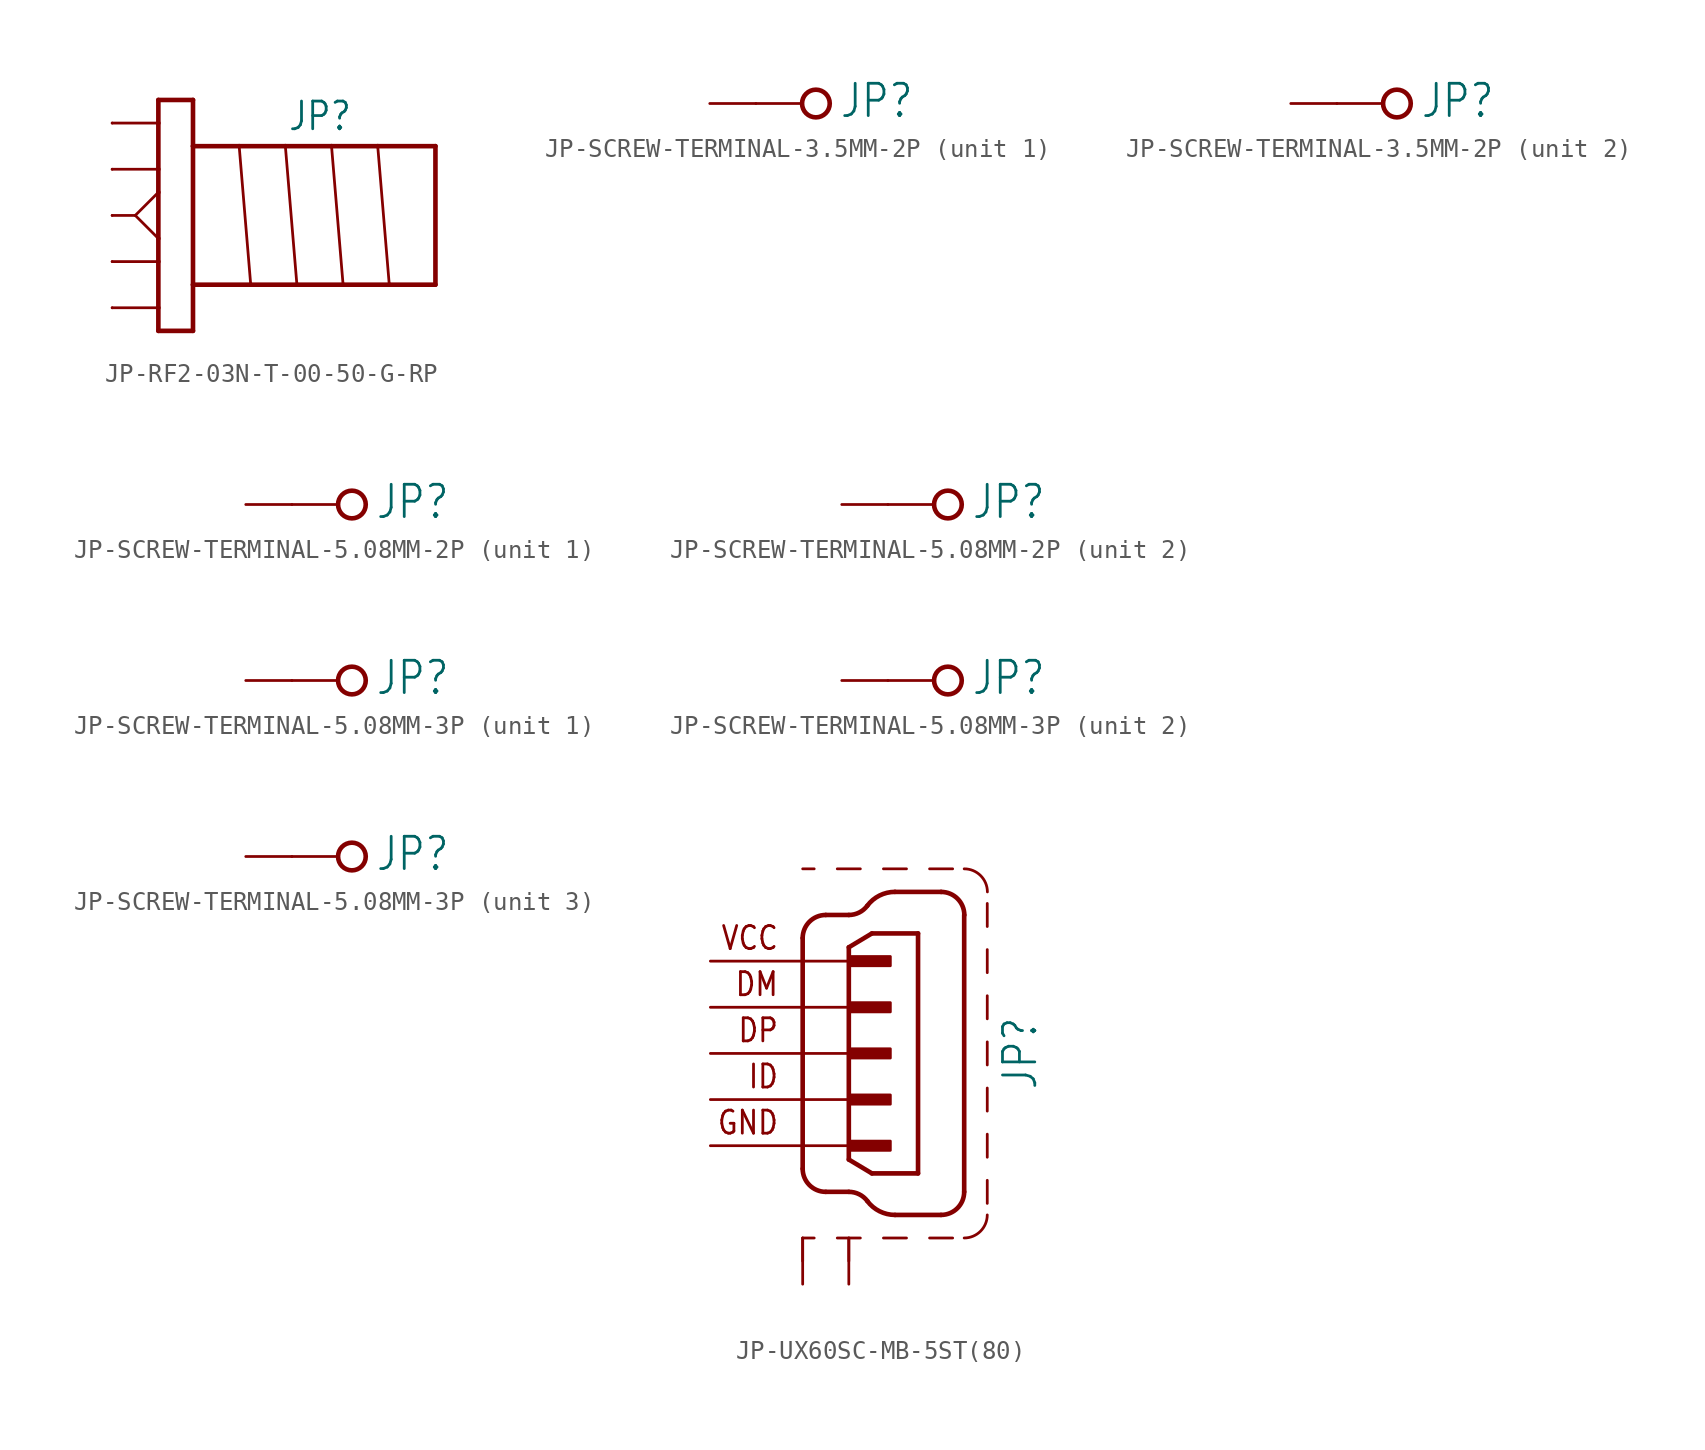
<source format=kicad_sym>
(kicad_symbol_lib
  (version 20231120)
  (generator "kicad_symbol_editor")
  (generator_version "8.0")
  (symbol "JP-RF2-03N-T-00-50-G-RP"
    (property "Reference" "JP"
      (at 8.89 4.572 0)
      (effects (font (size 1.524 1.295)) (justify bottom)))
    (property "Value" ""
      (at 8.89 -4.572 0)
      (effects (font (size 1.524 1.295)) (justify top)))
    (property "ki_locked" ""
      (at 0 0 0)
      (effects (font (size 1.27 1.27))))
    (symbol "JP-RF2-03N-T-00-50-G-RP_1_0"
      (polyline (pts (xy -1.27 0) (xy -2.54 0)) (stroke (width 0.152) (type solid)) (fill (type none)))
      (polyline (pts (xy -1.27 0) (xy 0 -1.27)) (stroke (width 0.152) (type solid)) (fill (type none)))
      (polyline (pts (xy -1.27 0) (xy 0 1.27)) (stroke (width 0.152) (type solid)) (fill (type none)))
      (polyline (pts (xy 0 -6.35) (xy 1.905 -6.35)) (stroke (width 0.254) (type solid)) (fill (type none)))
      (polyline (pts (xy 0 -5.08) (xy -2.54 -5.08)) (stroke (width 0.152) (type solid)) (fill (type none)))
      (polyline (pts (xy 0 -5.08) (xy 0 -6.35)) (stroke (width 0.254) (type solid)) (fill (type none)))
      (polyline (pts (xy 0 -2.54) (xy -2.54 -2.54)) (stroke (width 0.152) (type solid)) (fill (type none)))
      (polyline (pts (xy 0 -2.54) (xy 0 -5.08)) (stroke (width 0.254) (type solid)) (fill (type none)))
      (polyline (pts (xy 0 -1.27) (xy 0 -2.54)) (stroke (width 0.254) (type solid)) (fill (type none)))
      (polyline (pts (xy 0 1.27) (xy 0 -1.27)) (stroke (width 0.254) (type solid)) (fill (type none)))
      (polyline (pts (xy 0 2.54) (xy -2.54 2.54)) (stroke (width 0.152) (type solid)) (fill (type none)))
      (polyline (pts (xy 0 2.54) (xy 0 1.27)) (stroke (width 0.254) (type solid)) (fill (type none)))
      (polyline (pts (xy 0 5.08) (xy -2.54 5.08)) (stroke (width 0.152) (type solid)) (fill (type none)))
      (polyline (pts (xy 0 5.08) (xy 0 2.54)) (stroke (width 0.254) (type solid)) (fill (type none)))
      (polyline (pts (xy 0 6.35) (xy 0 5.08)) (stroke (width 0.254) (type solid)) (fill (type none)))
      (polyline (pts (xy 1.905 -6.35) (xy 1.905 -3.81)) (stroke (width 0.254) (type solid)) (fill (type none)))
      (polyline (pts (xy 1.905 -3.81) (xy 1.905 3.81)) (stroke (width 0.254) (type solid)) (fill (type none)))
      (polyline (pts (xy 1.905 3.81) (xy 1.905 6.35)) (stroke (width 0.254) (type solid)) (fill (type none)))
      (polyline (pts (xy 1.905 3.81) (xy 4.445 3.81)) (stroke (width 0.254) (type solid)) (fill (type none)))
      (polyline (pts (xy 1.905 6.35) (xy 0 6.35)) (stroke (width 0.254) (type solid)) (fill (type none)))
      (polyline (pts (xy 4.445 3.81) (xy 5.08 -3.81)) (stroke (width 0.152) (type solid)) (fill (type none)))
      (polyline (pts (xy 4.445 3.81) (xy 6.985 3.81)) (stroke (width 0.254) (type solid)) (fill (type none)))
      (polyline (pts (xy 5.08 -3.81) (xy 1.905 -3.81)) (stroke (width 0.254) (type solid)) (fill (type none)))
      (polyline (pts (xy 6.985 3.81) (xy 7.62 -3.81)) (stroke (width 0.152) (type solid)) (fill (type none)))
      (polyline (pts (xy 6.985 3.81) (xy 9.525 3.81)) (stroke (width 0.254) (type solid)) (fill (type none)))
      (polyline (pts (xy 7.62 -3.81) (xy 5.08 -3.81)) (stroke (width 0.254) (type solid)) (fill (type none)))
      (polyline (pts (xy 9.525 3.81) (xy 10.16 -3.81)) (stroke (width 0.152) (type solid)) (fill (type none)))
      (polyline (pts (xy 9.525 3.81) (xy 12.065 3.81)) (stroke (width 0.254) (type solid)) (fill (type none)))
      (polyline (pts (xy 10.16 -3.81) (xy 7.62 -3.81)) (stroke (width 0.254) (type solid)) (fill (type none)))
      (polyline (pts (xy 12.065 3.81) (xy 12.7 -3.81)) (stroke (width 0.152) (type solid)) (fill (type none)))
      (polyline (pts (xy 12.065 3.81) (xy 15.24 3.81)) (stroke (width 0.254) (type solid)) (fill (type none)))
      (polyline (pts (xy 12.7 -3.81) (xy 10.16 -3.81)) (stroke (width 0.254) (type solid)) (fill (type none)))
      (polyline (pts (xy 15.24 -3.81) (xy 12.7 -3.81)) (stroke (width 0.254) (type solid)) (fill (type none)))
      (polyline (pts (xy 15.24 3.81) (xy 15.24 -3.81)) (stroke (width 0.254) (type solid)) (fill (type none)))
      (pin passive line (at -2.54 0 0) (length 0) (name "0" (effects (font (size 0 0)))) (number "0" (effects (font (size 0 0)))))
      (pin passive line (at -2.54 5.08 0) (length 0) (name "1" (effects (font (size 0 0)))) (number "1" (effects (font (size 0 0)))))
      (pin passive line (at -2.54 -2.54 0) (length 0) (name "2" (effects (font (size 0 0)))) (number "2" (effects (font (size 0 0)))))
      (pin passive line (at -2.54 -5.08 0) (length 0) (name "3" (effects (font (size 0 0)))) (number "3" (effects (font (size 0 0)))))
      (pin passive line (at -2.54 2.54 0) (length 0) (name "4" (effects (font (size 0 0)))) (number "4" (effects (font (size 0 0)))))))
  (symbol "JP-SCREW-TERMINAL-3.5MM-2P"
    (property "Reference" "JP"
      (at 2.032 -0.889 0)
      (effects (font (size 1.778 1.511)) (justify left bottom)))
    (property "ki_locked" ""
      (at 0 0 0)
      (effects (font (size 1.27 1.27))))
    (symbol "JP-SCREW-TERMINAL-3.5MM-2P_1_0"
      (polyline (pts (xy -2.54 0) (xy 0 0)) (stroke (width 0.152) (type solid)) (fill (type none)))
      (circle (center 0.762 0) (radius 0.762) (stroke (width 0.254) (type solid)) (fill (type none)))
      (pin passive line (at -5.08 0 0) (length 2.54) (name "1" (effects (font (size 0 0)))) (number "1" (effects (font (size 0 0))))))
    (symbol "JP-SCREW-TERMINAL-3.5MM-2P_2_0"
      (polyline (pts (xy -2.54 0) (xy 0 0)) (stroke (width 0.152) (type solid)) (fill (type none)))
      (circle (center 0.762 0) (radius 0.762) (stroke (width 0.254) (type solid)) (fill (type none)))
      (pin passive line (at -5.08 0 0) (length 2.54) (name "1" (effects (font (size 0 0)))) (number "2" (effects (font (size 0 0)))))))
  (symbol "JP-SCREW-TERMINAL-5.08MM-2P"
    (property "Reference" "JP"
      (at 2.032 -0.889 0)
      (effects (font (size 1.778 1.511)) (justify left bottom)))
    (property "ki_locked" ""
      (at 0 0 0)
      (effects (font (size 1.27 1.27))))
    (symbol "JP-SCREW-TERMINAL-5.08MM-2P_1_0"
      (polyline (pts (xy -2.54 0) (xy 0 0)) (stroke (width 0.152) (type solid)) (fill (type none)))
      (circle (center 0.762 0) (radius 0.762) (stroke (width 0.254) (type solid)) (fill (type none)))
      (pin passive line (at -5.08 0 0) (length 2.54) (name "1" (effects (font (size 0 0)))) (number "1" (effects (font (size 0 0))))))
    (symbol "JP-SCREW-TERMINAL-5.08MM-2P_2_0"
      (polyline (pts (xy -2.54 0) (xy 0 0)) (stroke (width 0.152) (type solid)) (fill (type none)))
      (circle (center 0.762 0) (radius 0.762) (stroke (width 0.254) (type solid)) (fill (type none)))
      (pin passive line (at -5.08 0 0) (length 2.54) (name "1" (effects (font (size 0 0)))) (number "2" (effects (font (size 0 0)))))))
  (symbol "JP-SCREW-TERMINAL-5.08MM-3P"
    (property "Reference" "JP"
      (at 2.032 -0.889 0)
      (effects (font (size 1.778 1.511)) (justify left bottom)))
    (property "ki_locked" ""
      (at 0 0 0)
      (effects (font (size 1.27 1.27))))
    (symbol "JP-SCREW-TERMINAL-5.08MM-3P_1_0"
      (polyline (pts (xy -2.54 0) (xy 0 0)) (stroke (width 0.152) (type solid)) (fill (type none)))
      (circle (center 0.762 0) (radius 0.762) (stroke (width 0.254) (type solid)) (fill (type none)))
      (pin passive line (at -5.08 0 0) (length 2.54) (name "1" (effects (font (size 0 0)))) (number "1" (effects (font (size 0 0))))))
    (symbol "JP-SCREW-TERMINAL-5.08MM-3P_2_0"
      (polyline (pts (xy -2.54 0) (xy 0 0)) (stroke (width 0.152) (type solid)) (fill (type none)))
      (circle (center 0.762 0) (radius 0.762) (stroke (width 0.254) (type solid)) (fill (type none)))
      (pin passive line (at -5.08 0 0) (length 2.54) (name "1" (effects (font (size 0 0)))) (number "2" (effects (font (size 0 0))))))
    (symbol "JP-SCREW-TERMINAL-5.08MM-3P_3_0"
      (polyline (pts (xy -2.54 0) (xy 0 0)) (stroke (width 0.152) (type solid)) (fill (type none)))
      (circle (center 0.762 0) (radius 0.762) (stroke (width 0.254) (type solid)) (fill (type none)))
      (pin passive line (at -5.08 0 0) (length 2.54) (name "1" (effects (font (size 0 0)))) (number "3" (effects (font (size 0 0)))))))
  (symbol "JP-UX60SC-MB-5ST(80)"
    (property "Reference" "JP"
      (at 8.382 0 90)
      (effects (font (size 1.778 1.511)) (justify top)))
    (property "Value" ""
      (at 10.922 0 90)
      (effects (font (size 1.778 1.511)) (justify top)))
    (property "ki_locked" ""
      (at 0 0 0)
      (effects (font (size 1.27 1.27))))
    (symbol "JP-UX60SC-MB-5ST(80)_1_0"
      (arc (start -2.54 -6.35) (mid -2.168 -7.248) (end -1.27 -7.62) (stroke (width 0.254) (type solid)) (fill (type none)))
      (arc (start -1.27 7.62) (mid -2.168 7.248) (end -2.54 6.35) (stroke (width 0.254) (type solid)) (fill (type none)))
      (rectangle (start 0 -5.334) (end 2.286 -4.826) (stroke (width 0) (type default)) (fill (type outline)))
      (rectangle (start 0 -2.794) (end 2.286 -2.286) (stroke (width 0) (type default)) (fill (type outline)))
      (rectangle (start 0 -0.254) (end 2.286 0.254) (stroke (width 0) (type default)) (fill (type outline)))
      (polyline (pts (xy -2.54 -11.43) (xy -2.54 -10.16)) (stroke (width 0.152) (type solid)) (fill (type none)))
      (polyline (pts (xy -2.54 -10.16) (xy -1.905 -10.16)) (stroke (width 0.152) (type solid)) (fill (type none)))
      (polyline (pts (xy -2.54 6.35) (xy -2.54 -6.35)) (stroke (width 0.254) (type solid)) (fill (type none)))
      (polyline (pts (xy -2.54 10.16) (xy -1.905 10.16)) (stroke (width 0.152) (type solid)) (fill (type none)))
      (polyline (pts (xy -1.27 -7.62) (xy 0 -7.62)) (stroke (width 0.254) (type solid)) (fill (type none)))
      (polyline (pts (xy -1.27 7.62) (xy 0 7.62)) (stroke (width 0.254) (type solid)) (fill (type none)))
      (polyline (pts (xy -0.635 -10.16) (xy 0.635 -10.16)) (stroke (width 0.152) (type solid)) (fill (type none)))
      (polyline (pts (xy -0.635 10.16) (xy 0.635 10.16)) (stroke (width 0.152) (type solid)) (fill (type none)))
      (polyline (pts (xy 0 -11.43) (xy 0 -10.16)) (stroke (width 0.152) (type solid)) (fill (type none)))
      (polyline (pts (xy 0 5.842) (xy 0 -5.842)) (stroke (width 0.254) (type solid)) (fill (type none)))
      (polyline (pts (xy 1.27 -6.604) (xy 0 -5.842)) (stroke (width 0.254) (type solid)) (fill (type none)))
      (polyline (pts (xy 1.27 -6.604) (xy 3.81 -6.604)) (stroke (width 0.254) (type solid)) (fill (type none)))
      (polyline (pts (xy 1.27 6.604) (xy 0 5.842)) (stroke (width 0.254) (type solid)) (fill (type none)))
      (polyline (pts (xy 1.905 -10.16) (xy 3.175 -10.16)) (stroke (width 0.152) (type solid)) (fill (type none)))
      (polyline (pts (xy 1.905 10.16) (xy 3.175 10.16)) (stroke (width 0.152) (type solid)) (fill (type none)))
      (polyline (pts (xy 2.54 -8.89) (xy 5.08 -8.89)) (stroke (width 0.254) (type solid)) (fill (type none)))
      (polyline (pts (xy 2.54 8.89) (xy 5.08 8.89)) (stroke (width 0.254) (type solid)) (fill (type none)))
      (polyline (pts (xy 3.81 -6.604) (xy 3.81 6.604)) (stroke (width 0.254) (type solid)) (fill (type none)))
      (polyline (pts (xy 3.81 6.604) (xy 1.27 6.604)) (stroke (width 0.254) (type solid)) (fill (type none)))
      (polyline (pts (xy 4.445 -10.16) (xy 5.715 -10.16)) (stroke (width 0.152) (type solid)) (fill (type none)))
      (polyline (pts (xy 4.445 10.16) (xy 5.715 10.16)) (stroke (width 0.152) (type solid)) (fill (type none)))
      (polyline (pts (xy 6.35 -7.62) (xy 6.35 7.62)) (stroke (width 0.254) (type solid)) (fill (type none)))
      (polyline (pts (xy 7.62 -8.255) (xy 7.62 -6.985)) (stroke (width 0.152) (type solid)) (fill (type none)))
      (polyline (pts (xy 7.62 -5.715) (xy 7.62 -4.445)) (stroke (width 0.152) (type solid)) (fill (type none)))
      (polyline (pts (xy 7.62 -3.175) (xy 7.62 -1.905)) (stroke (width 0.152) (type solid)) (fill (type none)))
      (polyline (pts (xy 7.62 -0.635) (xy 7.62 0.635)) (stroke (width 0.152) (type solid)) (fill (type none)))
      (polyline (pts (xy 7.62 1.905) (xy 7.62 3.175)) (stroke (width 0.152) (type solid)) (fill (type none)))
      (polyline (pts (xy 7.62 4.445) (xy 7.62 5.715)) (stroke (width 0.152) (type solid)) (fill (type none)))
      (polyline (pts (xy 7.62 6.985) (xy 7.62 8.255)) (stroke (width 0.152) (type solid)) (fill (type none)))
      (rectangle (start 0 2.286) (end 2.286 2.794) (stroke (width 0) (type default)) (fill (type outline)))
      (rectangle (start 0 4.826) (end 2.286 5.334) (stroke (width 0) (type default)) (fill (type outline)))
      (arc (start 0 7.62) (mid 0.568 7.7541) (end 1.016 8.128) (stroke (width 0.254) (type solid)) (fill (type none)))
      (arc (start 1.016 -8.128) (mid 0.568 -7.7541) (end 0 -7.62) (stroke (width 0.254) (type solid)) (fill (type none)))
      (arc (start 1.016 -8.128) (mid 1.6881 -8.6889) (end 2.5401 -8.89) (stroke (width 0.254) (type solid)) (fill (type none)))
      (arc (start 2.5401 8.89) (mid 1.6881 8.6889) (end 1.016 8.128) (stroke (width 0.254) (type solid)) (fill (type none)))
      (arc (start 5.08 -8.89) (mid 5.978 -8.518) (end 6.35 -7.62) (stroke (width 0.254) (type solid)) (fill (type none)))
      (arc (start 6.35 -10.16) (mid 7.248 -9.788) (end 7.62 -8.89) (stroke (width 0.1524) (type solid)) (fill (type none)))
      (arc (start 6.35 7.62) (mid 5.978 8.518) (end 5.08 8.89) (stroke (width 0.254) (type solid)) (fill (type none)))
      (arc (start 7.62 8.89) (mid 7.248 9.788) (end 6.35 10.16) (stroke (width 0.1524) (type solid)) (fill (type none)))
      (text "DM" (at -3.81 3.81 0) (effects (font (size 1.27 1.079)) (justify right)))
      (text "DP" (at -3.81 1.27 0) (effects (font (size 1.27 1.079)) (justify right)))
      (text "GND" (at -3.81 -3.81 0) (effects (font (size 1.27 1.079)) (justify right)))
      (text "ID" (at -3.81 -1.27 0) (effects (font (size 1.27 1.079)) (justify right)))
      (text "VCC" (at -3.81 6.35 0) (effects (font (size 1.27 1.079)) (justify right)))
      (pin passive line (at -7.62 5.08 0) (length 7.62) (name "1" (effects (font (size 0 0)))) (number "1" (effects (font (size 0 0)))))
      (pin passive line (at -7.62 2.54 0) (length 7.62) (name "2" (effects (font (size 0 0)))) (number "2" (effects (font (size 0 0)))))
      (pin passive line (at -7.62 0 0) (length 7.62) (name "3" (effects (font (size 0 0)))) (number "3" (effects (font (size 0 0)))))
      (pin passive line (at -7.62 -2.54 0) (length 7.62) (name "4" (effects (font (size 0 0)))) (number "4" (effects (font (size 0 0)))))
      (pin passive line (at -7.62 -5.08 0) (length 7.62) (name "5" (effects (font (size 0 0)))) (number "5" (effects (font (size 0 0)))))
      (pin passive line (at -2.54 -12.7 90) (length 2.54) (name "S1" (effects (font (size 0 0)))) (number "S1" (effects (font (size 0 0)))))
      (pin passive line (at 0 -12.7 90) (length 2.54) (name "S2" (effects (font (size 0 0)))) (number "S2" (effects (font (size 0 0))))))))
</source>
